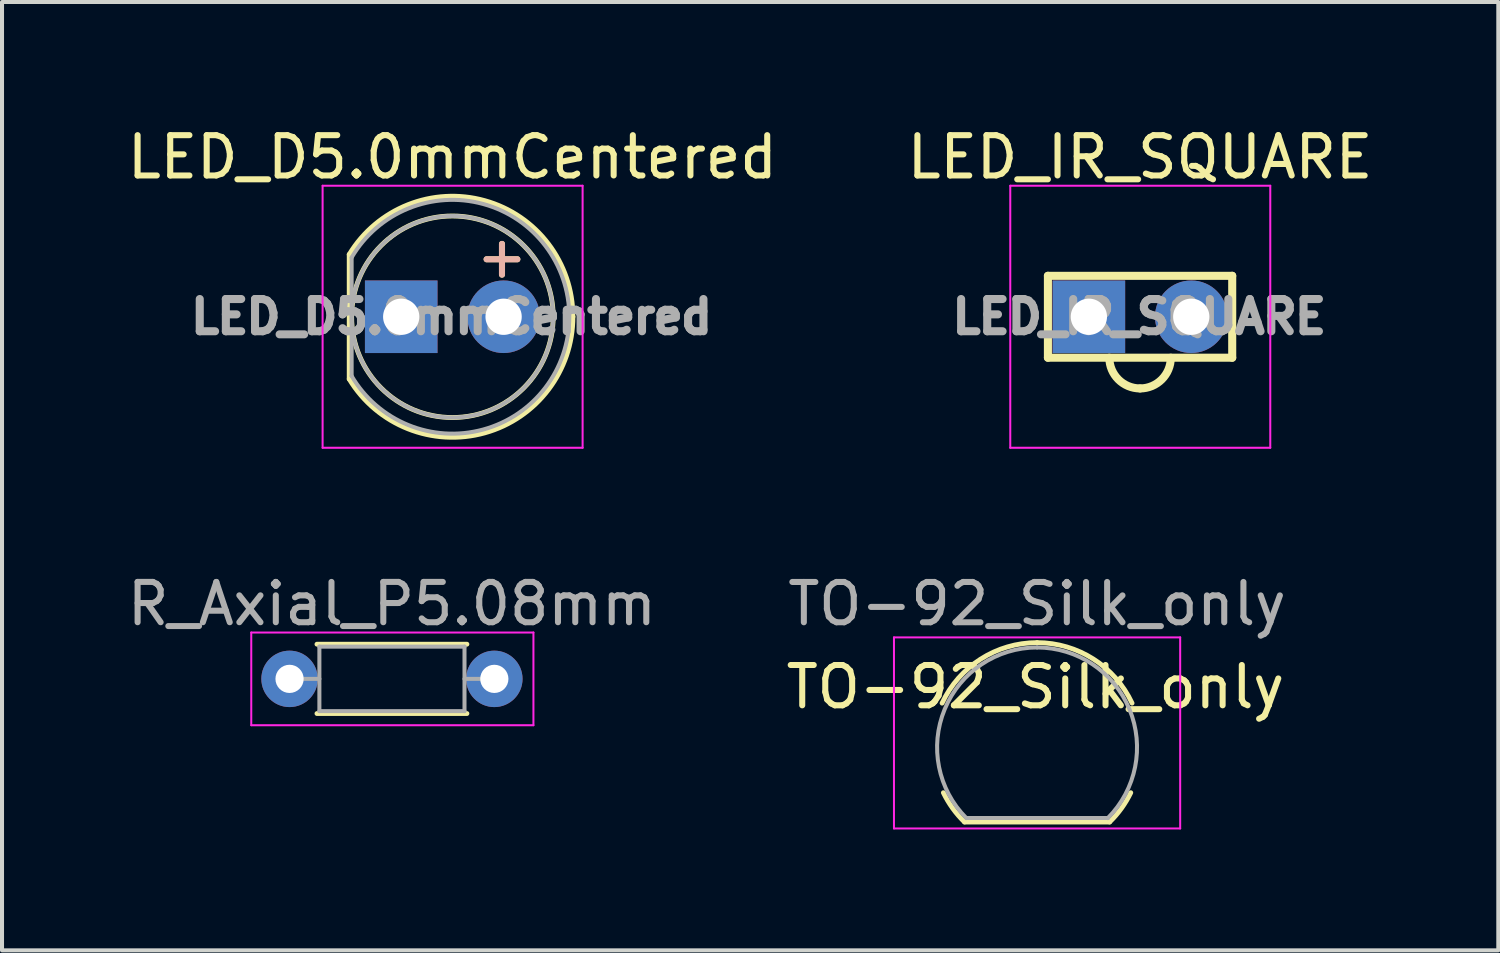
<source format=kicad_pcb>
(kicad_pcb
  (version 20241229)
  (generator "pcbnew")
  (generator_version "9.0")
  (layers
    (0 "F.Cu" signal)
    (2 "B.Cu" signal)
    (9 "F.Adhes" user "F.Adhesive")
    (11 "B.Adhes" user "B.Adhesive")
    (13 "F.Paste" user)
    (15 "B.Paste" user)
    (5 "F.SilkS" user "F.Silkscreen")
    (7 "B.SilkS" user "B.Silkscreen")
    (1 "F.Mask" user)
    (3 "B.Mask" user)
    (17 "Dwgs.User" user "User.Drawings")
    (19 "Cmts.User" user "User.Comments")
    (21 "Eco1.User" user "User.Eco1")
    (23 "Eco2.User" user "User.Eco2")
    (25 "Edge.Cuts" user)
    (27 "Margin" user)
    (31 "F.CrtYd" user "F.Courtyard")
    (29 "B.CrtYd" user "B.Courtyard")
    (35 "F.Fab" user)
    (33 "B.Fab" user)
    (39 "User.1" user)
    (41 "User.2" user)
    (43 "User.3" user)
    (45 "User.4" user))
  (footprint "TO-92_Silk_only"
    (layer "F.Cu")
    (at 20.137 15.492)
    (property "Reference" "TO-92_Silk_only" (at 2.5 -1.5 180) (layer "F.SilkS") (effects (font (size 1 1) (thickness 0.15))))
    (attr through_hole)
    (fp_line (start 0.74 1.85) (end 4.34 1.85) (stroke (width 0.12) (type solid)) (layer "F.SilkS"))
    (fp_arc (start 0.1836 -1.098807) (mid 1.143021 -2.192817) (end 2.54 -2.6) (stroke (width 0.12) (type solid)) (layer "F.SilkS"))
    (fp_arc (start 0.74 1.85) (mid 0.446097 1.509328) (end 0.215816 1.122795) (stroke (width 0.12) (type solid)) (layer "F.SilkS"))
    (fp_arc (start 2.54 -2.6) (mid 3.936979 -2.192818) (end 4.8964 -1.098807) (stroke (width 0.12) (type solid)) (layer "F.SilkS"))
    (fp_arc (start 4.864184 1.122795) (mid 4.633903 1.509328) (end 4.34 1.85) (stroke (width 0.12) (type solid)) (layer "F.SilkS"))
    (fp_line (start -1.01 -2.73) (end -1.01 2.01) (stroke (width 0.05) (type solid)) (layer "F.CrtYd"))
    (fp_line (start -1.01 -2.73) (end 6.09 -2.73) (stroke (width 0.05) (type solid)) (layer "F.CrtYd"))
    (fp_line (start 6.09 2.01) (end -1.01 2.01) (stroke (width 0.05) (type solid)) (layer "F.CrtYd"))
    (fp_line (start 6.09 2.01) (end 6.09 -2.73) (stroke (width 0.05) (type solid)) (layer "F.CrtYd"))
    (fp_line (start 0.8 1.75) (end 4.3 1.75) (stroke (width 0.1) (type solid)) (layer "F.Fab"))
    (fp_arc (start 0.786375 1.753625) (mid 0.248779 -0.949055) (end 2.54 -2.48) (stroke (width 0.1) (type solid)) (layer "F.Fab"))
    (fp_arc (start 2.54 -2.48) (mid 4.831221 -0.949055) (end 4.293625 1.753625) (stroke (width 0.1) (type solid)) (layer "F.Fab"))
    (fp_text user "${REFERENCE}" (at 2.54 -3.56 180) (layer "F.Fab") (effects (font (size 1 1) (thickness 0.15)))))
  (footprint "R_Axial_P5.08mm"
    (layer "F.Cu")
    (at 4.133 13.791)
    (property "Reference" "R_Axial_P5.08mm" (at 2.54 -1.86 0) (layer "F.Fab") (effects (font (size 1 1) (thickness 0.15))))
    (attr through_hole)
    (fp_line (start 0.68 -0.86) (end 4.4 -0.86) (stroke (width 0.12) (type solid)) (layer "F.SilkS"))
    (fp_line (start 0.68 0.86) (end 4.4 0.86) (stroke (width 0.12) (type solid)) (layer "F.SilkS"))
    (fp_line (start -0.95 -1.15) (end -0.95 1.15) (stroke (width 0.05) (type solid)) (layer "F.CrtYd"))
    (fp_line (start -0.95 1.15) (end 6.05 1.15) (stroke (width 0.05) (type solid)) (layer "F.CrtYd"))
    (fp_line (start 6.05 -1.15) (end -0.95 -1.15) (stroke (width 0.05) (type solid)) (layer "F.CrtYd"))
    (fp_line (start 6.05 1.15) (end 6.05 -1.15) (stroke (width 0.05) (type solid)) (layer "F.CrtYd"))
    (fp_line (start 0 0) (end 0.74 0) (stroke (width 0.1) (type solid)) (layer "F.Fab"))
    (fp_line (start 0.74 -0.8) (end 0.74 0.8) (stroke (width 0.1) (type solid)) (layer "F.Fab"))
    (fp_line (start 0.74 0.8) (end 4.34 0.8) (stroke (width 0.1) (type solid)) (layer "F.Fab"))
    (fp_line (start 4.34 -0.8) (end 0.74 -0.8) (stroke (width 0.1) (type solid)) (layer "F.Fab"))
    (fp_line (start 4.34 0.8) (end 4.34 -0.8) (stroke (width 0.1) (type solid)) (layer "F.Fab"))
    (fp_line (start 5.08 0) (end 4.34 0) (stroke (width 0.1) (type solid)) (layer "F.Fab"))
    (pad "1" thru_hole circle (at 0 0) (size 1.4 1.4) (drill 0.7) (layers "*.Cu" "*.Mask"))
    (pad "2" thru_hole oval (at 5.08 0) (size 1.4 1.4) (drill 0.7) (layers "*.Cu" "*.Mask")))
  (footprint "LED_IR_SQUARE"
    (layer "F.Cu")
    (at 23.962 4.808)
    (property "Reference" "LED_IR_SQUARE" (at 1.27 -3.96 0) (layer "F.SilkS") (effects (font (size 1 1) (thickness 0.15))))
    (attr through_hole)
    (fp_line (start -1.016 -1.016) (end 3.556 -1.016) (stroke (width 0.2) (type solid)) (layer "F.SilkS"))
    (fp_line (start -1.016 1.016) (end -1.016 -1.016) (stroke (width 0.2) (type solid)) (layer "F.SilkS"))
    (fp_line (start 3.556 -1.016) (end 3.556 1.016) (stroke (width 0.2) (type solid)) (layer "F.SilkS"))
    (fp_line (start 3.556 1.016) (end -1.016 1.016) (stroke (width 0.2) (type solid)) (layer "F.SilkS"))
    (fp_arc (start 1.27 1.778) (mid 0.731185 1.554815) (end 0.508 1.016) (stroke (width 0.2) (type solid)) (layer "F.SilkS"))
    (fp_arc (start 2.032 1.016) (mid 1.808815 1.554815) (end 1.27 1.778) (stroke (width 0.2) (type solid)) (layer "F.SilkS"))
    (fp_line (start -1.95 -3.25) (end -1.95 3.25) (stroke (width 0.05) (type solid)) (layer "F.CrtYd"))
    (fp_line (start -1.95 3.25) (end 4.5 3.25) (stroke (width 0.05) (type solid)) (layer "F.CrtYd"))
    (fp_line (start 4.5 -3.25) (end -1.95 -3.25) (stroke (width 0.05) (type solid)) (layer "F.CrtYd"))
    (fp_line (start 4.5 3.25) (end 4.5 -3.25) (stroke (width 0.05) (type solid)) (layer "F.CrtYd"))
    (fp_text user "${REFERENCE}" (at 1.25 0 0) (layer "F.Fab") (effects (font (size 0.8 0.8) (thickness 0.2))))
    (pad "1" thru_hole rect (at 0 0) (size 1.8 1.8) (drill 0.9) (layers "*.Cu" "*.Mask"))
    (pad "2" thru_hole circle (at 2.54 0) (size 1.8 1.8) (drill 0.9) (layers "*.Cu" "*.Mask")))
  (footprint "LED_D5.0mmCentered"
    (layer "F.Cu")
    (at 8.173 4.808)
    (property "Reference" "LED_D5.0mmCentered" (at 0 -3.96 0) (layer "F.SilkS") (effects (font (size 1 1) (thickness 0.15))))
    (attr through_hole)
    (fp_line (start -2.56 -1.545) (end -2.56 1.545) (stroke (width 0.12) (type solid)) (layer "F.SilkS"))
    (fp_arc (start -2.56 -1.54483) (mid 0.802002 -2.880433) (end 2.99 0.000462) (stroke (width 0.12) (type solid)) (layer "F.SilkS"))
    (fp_arc (start 2.99 -0.000462) (mid 0.802002 2.880433) (end -2.56 1.54483) (stroke (width 0.12) (type solid)) (layer "F.SilkS"))
    (fp_circle (center 0 0) (end 2.5 0) (stroke (width 0.12) (type solid)) (fill no) (layer "F.SilkS"))
    (fp_line (start -3.22 -3.25) (end -3.22 3.25) (stroke (width 0.05) (type solid)) (layer "F.CrtYd"))
    (fp_line (start -3.22 3.25) (end 3.23 3.25) (stroke (width 0.05) (type solid)) (layer "F.CrtYd"))
    (fp_line (start 3.23 -3.25) (end -3.22 -3.25) (stroke (width 0.05) (type solid)) (layer "F.CrtYd"))
    (fp_line (start 3.23 3.25) (end 3.23 -3.25) (stroke (width 0.05) (type solid)) (layer "F.CrtYd"))
    (fp_line (start -2.5 -1.47) (end -2.5 1.47) (stroke (width 0.1) (type solid)) (layer "F.Fab"))
    (fp_arc (start -2.5 -1.469694) (mid 2.9 0.000016) (end -2.500016 1.469666) (stroke (width 0.1) (type solid)) (layer "F.Fab"))
    (fp_circle (center 0 0) (end 2.5 0) (stroke (width 0.1) (type solid)) (fill no) (layer "F.Fab"))
    (fp_text user "+" (at 1.23 -1.5 0) (layer "F.SilkS") (effects (font (size 1 1) (thickness 0.15))))
    (fp_text user "+" (at 1.23 -1.5 0) (layer "B.SilkS") (effects (font (size 1 1) (thickness 0.15)) (justify mirror)))
    (fp_text user "${REFERENCE}" (at -0.02 0 0) (layer "F.Fab") (effects (font (size 0.8 0.8) (thickness 0.2))))
    (pad "1" thru_hole rect (at -1.27 0) (size 1.8 1.8) (drill 0.9) (layers "*.Cu" "*.Mask"))
    (pad "2" thru_hole circle (at 1.27 0) (size 1.8 1.8) (drill 0.9) (layers "*.Cu" "*.Mask")))
  (gr_rect
    (start -3 -3)
    (end 34.119 20.526)
    (stroke (width 0.1) (type default))
    (fill no)
    (layer "Edge.Cuts")))
</source>
